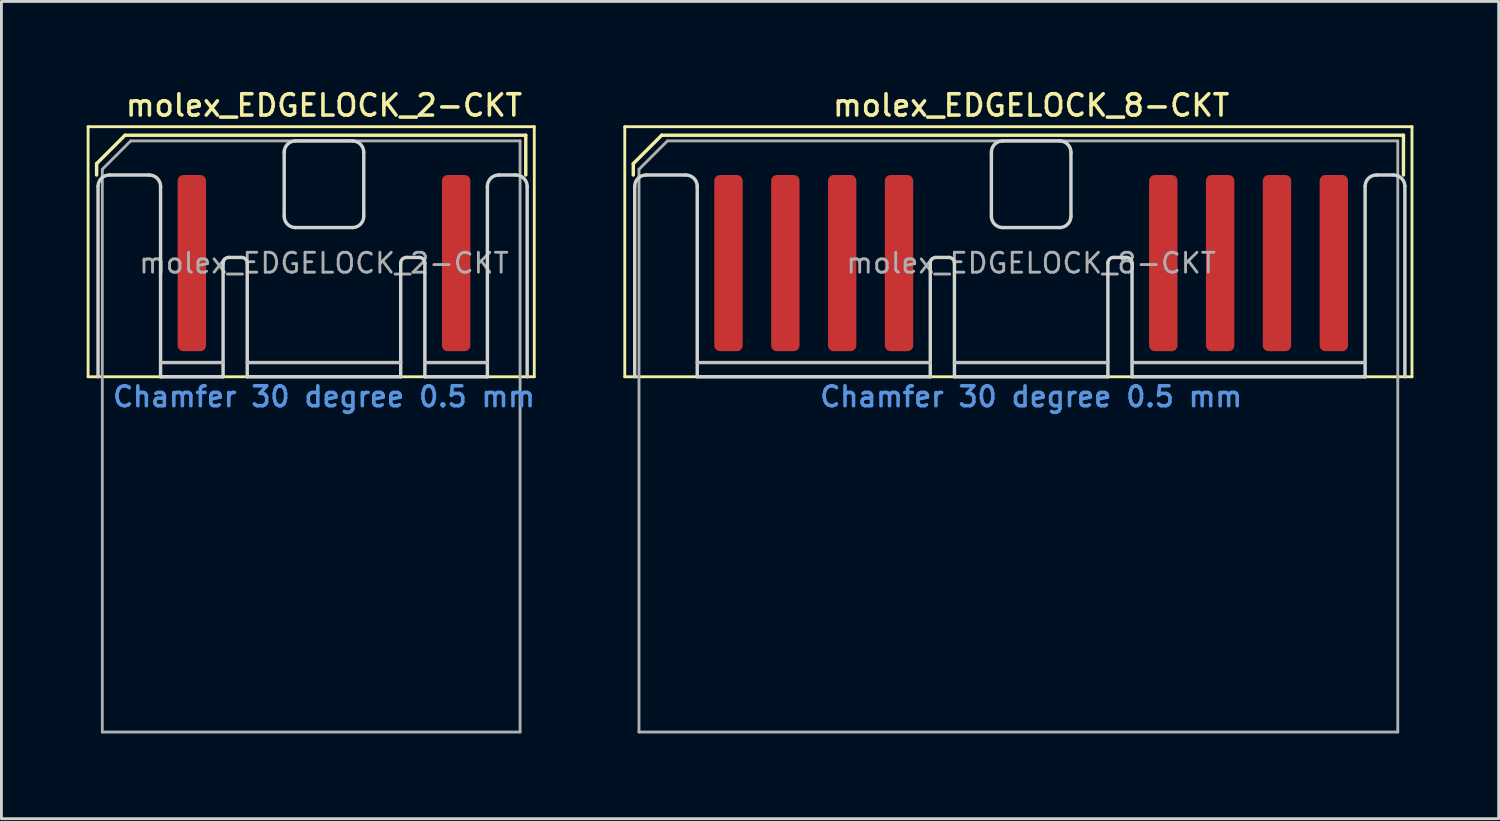
<source format=kicad_pcb>
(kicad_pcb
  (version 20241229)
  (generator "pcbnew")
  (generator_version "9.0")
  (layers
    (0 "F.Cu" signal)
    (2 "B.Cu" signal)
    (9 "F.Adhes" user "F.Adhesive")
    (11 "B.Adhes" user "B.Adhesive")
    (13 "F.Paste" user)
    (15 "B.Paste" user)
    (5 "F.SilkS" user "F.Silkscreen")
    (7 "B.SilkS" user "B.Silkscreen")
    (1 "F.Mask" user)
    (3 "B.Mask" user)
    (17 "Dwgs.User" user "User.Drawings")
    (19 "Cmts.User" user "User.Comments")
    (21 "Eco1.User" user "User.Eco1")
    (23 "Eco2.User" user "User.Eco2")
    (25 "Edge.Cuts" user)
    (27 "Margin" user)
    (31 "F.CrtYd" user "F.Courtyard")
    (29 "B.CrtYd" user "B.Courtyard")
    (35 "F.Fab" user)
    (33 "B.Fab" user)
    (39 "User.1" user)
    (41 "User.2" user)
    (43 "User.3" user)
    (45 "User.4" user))
  (footprint "molex_EDGELOCK_2-CKT"
    (layer "F.Cu")
    (at 8.35 6.208)
    (property "Reference" "molex_EDGELOCK_2-CKT" (at 0 -5.55 0) (layer "F.SilkS") (effects (font (size 0.75 0.75) (thickness 0.125))))
    (attr exclude_from_pos_files exclude_from_bom)
    (fp_line (start -8.3 -4.8) (end -8.3 4) (stroke (width 0.1) (type solid)) (layer "F.SilkS"))
    (fp_line (start -8.3 4) (end 7.4 4) (stroke (width 0.1) (type solid)) (layer "F.SilkS"))
    (fp_line (start -8 -3.5) (end -7 -4.5) (stroke (width 0.12) (type solid)) (layer "F.SilkS"))
    (fp_line (start -8 -3.1) (end -8 -3.5) (stroke (width 0.12) (type solid)) (layer "F.SilkS"))
    (fp_line (start -7 -4.5) (end 7.1 -4.5) (stroke (width 0.12) (type solid)) (layer "F.SilkS"))
    (fp_line (start 7.1 -4.5) (end 7.1 -3.1) (stroke (width 0.12) (type solid)) (layer "F.SilkS"))
    (fp_line (start 7.4 -4.8) (end -8.3 -4.8) (stroke (width 0.1) (type solid)) (layer "F.SilkS"))
    (fp_line (start 7.4 4) (end 7.4 -4.8) (stroke (width 0.1) (type solid)) (layer "F.SilkS"))
    (fp_line (start -5.75 3.5) (end -3.55 3.5) (stroke (width 0.12) (type solid)) (layer "Dwgs.User"))
    (fp_line (start -2.7 3.5) (end 2.7 3.5) (stroke (width 0.12) (type solid)) (layer "Dwgs.User"))
    (fp_line (start 3.55 3.5) (end 5.75 3.5) (stroke (width 0.12) (type solid)) (layer "Dwgs.User"))
    (fp_line (start -7.95 4) (end -7.95 -2.7) (stroke (width 0.12) (type solid)) (layer "Edge.Cuts"))
    (fp_line (start -7.55 -3.1) (end -6.15 -3.1) (stroke (width 0.12) (type solid)) (layer "Edge.Cuts"))
    (fp_line (start -5.75 -2.7) (end -5.75 4) (stroke (width 0.12) (type solid)) (layer "Edge.Cuts"))
    (fp_line (start -5.75 4) (end -3.55 4) (stroke (width 0.12) (type solid)) (layer "Edge.Cuts"))
    (fp_line (start -3.55 4) (end -3.55 0) (stroke (width 0.12) (type solid)) (layer "Edge.Cuts"))
    (fp_line (start -3.35 -0.2) (end -2.9 -0.2) (stroke (width 0.12) (type solid)) (layer "Edge.Cuts"))
    (fp_line (start -2.7 0) (end -2.7 4) (stroke (width 0.12) (type solid)) (layer "Edge.Cuts"))
    (fp_line (start -2.7 4) (end 2.7 4) (stroke (width 0.12) (type solid)) (layer "Edge.Cuts"))
    (fp_line (start -1.4 -3.9) (end -1.4 -1.65) (stroke (width 0.12) (type solid)) (layer "Edge.Cuts"))
    (fp_line (start -1 -1.25) (end 1 -1.25) (stroke (width 0.12) (type solid)) (layer "Edge.Cuts"))
    (fp_line (start 1 -4.3) (end -1 -4.3) (stroke (width 0.12) (type solid)) (layer "Edge.Cuts"))
    (fp_line (start 1.4 -1.65) (end 1.4 -3.9) (stroke (width 0.12) (type solid)) (layer "Edge.Cuts"))
    (fp_line (start 2.7 4) (end 2.7 0) (stroke (width 0.12) (type solid)) (layer "Edge.Cuts"))
    (fp_line (start 2.9 -0.2) (end 3.35 -0.2) (stroke (width 0.12) (type solid)) (layer "Edge.Cuts"))
    (fp_line (start 3.55 0) (end 3.55 4) (stroke (width 0.12) (type solid)) (layer "Edge.Cuts"))
    (fp_line (start 3.55 4) (end 5.75 4) (stroke (width 0.12) (type solid)) (layer "Edge.Cuts"))
    (fp_line (start 5.75 4) (end 5.75 -2.7) (stroke (width 0.12) (type solid)) (layer "Edge.Cuts"))
    (fp_line (start 6.15 -3.1) (end 6.75 -3.1) (stroke (width 0.12) (type solid)) (layer "Edge.Cuts"))
    (fp_line (start 7.15 -2.7) (end 7.15 4) (stroke (width 0.12) (type solid)) (layer "Edge.Cuts"))
    (fp_arc (start -7.95 -2.7) (mid -7.832843 -2.982843) (end -7.55 -3.1) (stroke (width 0.12) (type solid)) (layer "Edge.Cuts"))
    (fp_arc (start -6.15 -3.1) (mid -5.867157 -2.982843) (end -5.75 -2.7) (stroke (width 0.12) (type solid)) (layer "Edge.Cuts"))
    (fp_arc (start -3.55 0) (mid -3.491421 -0.141421) (end -3.35 -0.2) (stroke (width 0.12) (type solid)) (layer "Edge.Cuts"))
    (fp_arc (start -2.9 -0.2) (mid -2.758579 -0.141421) (end -2.7 0) (stroke (width 0.12) (type solid)) (layer "Edge.Cuts"))
    (fp_arc (start -1.4 -3.9) (mid -1.282843 -4.182843) (end -1 -4.3) (stroke (width 0.12) (type solid)) (layer "Edge.Cuts"))
    (fp_arc (start -1 -1.25) (mid -1.282843 -1.367157) (end -1.4 -1.65) (stroke (width 0.12) (type solid)) (layer "Edge.Cuts"))
    (fp_arc (start 1 -4.3) (mid 1.282843 -4.182843) (end 1.4 -3.9) (stroke (width 0.12) (type solid)) (layer "Edge.Cuts"))
    (fp_arc (start 1.4 -1.65) (mid 1.282843 -1.367157) (end 1 -1.25) (stroke (width 0.12) (type solid)) (layer "Edge.Cuts"))
    (fp_arc (start 2.7 0) (mid 2.758579 -0.141421) (end 2.9 -0.2) (stroke (width 0.12) (type solid)) (layer "Edge.Cuts"))
    (fp_arc (start 3.35 -0.2) (mid 3.491421 -0.141421) (end 3.55 0) (stroke (width 0.12) (type solid)) (layer "Edge.Cuts"))
    (fp_arc (start 5.75 -2.7) (mid 5.867157 -2.982843) (end 6.15 -3.1) (stroke (width 0.12) (type solid)) (layer "Edge.Cuts"))
    (fp_arc (start 6.75 -3.1) (mid 7.032843 -2.982843) (end 7.15 -2.7) (stroke (width 0.12) (type solid)) (layer "Edge.Cuts"))
    (fp_line (start -7.8 -3.3) (end -6.8 -4.3) (stroke (width 0.1) (type solid)) (layer "F.Fab"))
    (fp_line (start -7.8 16.5) (end -7.8 -3.3) (stroke (width 0.1) (type solid)) (layer "F.Fab"))
    (fp_line (start -6.8 -4.3) (end 6.9 -4.3) (stroke (width 0.1) (type solid)) (layer "F.Fab"))
    (fp_line (start 6.9 -4.3) (end 6.9 16.5) (stroke (width 0.1) (type solid)) (layer "F.Fab"))
    (fp_line (start 6.9 16.5) (end -7.8 16.5) (stroke (width 0.1) (type solid)) (layer "F.Fab"))
    (fp_text user "Chamfer 30 degree 0.5 mm" (at 0 4.7 0) (layer "Cmts.User") (effects (font (size 0.7 0.7) (thickness 0.125))))
    (fp_text user "${REFERENCE}" (at 0 0 0) (layer "F.Fab") (effects (font (size 0.7 0.7) (thickness 0.1))))
    (pad "1" connect roundrect (at -4.65 0) (size 1 6.2) (layers "F.Cu" "F.Mask") (roundrect_rratio 0.2))
    (pad "2" connect roundrect (at 4.65 0) (size 1 6.2) (layers "F.Cu" "F.Mask") (roundrect_rratio 0.2)))
  (footprint "molex_EDGELOCK_8-CKT"
    (layer "F.Cu")
    (at 33.234 6.208)
    (property "Reference" "molex_EDGELOCK_8-CKT" (at 0 -5.55 0) (layer "F.SilkS") (effects (font (size 0.75 0.75) (thickness 0.125))))
    (attr exclude_from_pos_files exclude_from_bom)
    (fp_line (start -14.3 -4.8) (end -14.3 4) (stroke (width 0.1) (type solid)) (layer "F.SilkS"))
    (fp_line (start -14.3 4) (end 13.4 4) (stroke (width 0.1) (type solid)) (layer "F.SilkS"))
    (fp_line (start -14 -3.5) (end -13 -4.5) (stroke (width 0.12) (type solid)) (layer "F.SilkS"))
    (fp_line (start -14 -3.1) (end -14 -3.5) (stroke (width 0.12) (type solid)) (layer "F.SilkS"))
    (fp_line (start -13 -4.5) (end 13.1 -4.5) (stroke (width 0.12) (type solid)) (layer "F.SilkS"))
    (fp_line (start 13.1 -4.5) (end 13.1 -3.1) (stroke (width 0.12) (type solid)) (layer "F.SilkS"))
    (fp_line (start 13.4 -4.8) (end -14.3 -4.8) (stroke (width 0.1) (type solid)) (layer "F.SilkS"))
    (fp_line (start 13.4 4) (end 13.4 -4.8) (stroke (width 0.1) (type solid)) (layer "F.SilkS"))
    (fp_line (start -11.75 3.5) (end -3.55 3.5) (stroke (width 0.12) (type solid)) (layer "Dwgs.User"))
    (fp_line (start -2.7 3.5) (end 2.7 3.5) (stroke (width 0.12) (type solid)) (layer "Dwgs.User"))
    (fp_line (start 3.55 3.5) (end 11.75 3.5) (stroke (width 0.12) (type solid)) (layer "Dwgs.User"))
    (fp_line (start -13.95 4) (end -13.95 -2.7) (stroke (width 0.12) (type solid)) (layer "Edge.Cuts"))
    (fp_line (start -13.55 -3.1) (end -12.15 -3.1) (stroke (width 0.12) (type solid)) (layer "Edge.Cuts"))
    (fp_line (start -11.75 -2.7) (end -11.75 4) (stroke (width 0.12) (type solid)) (layer "Edge.Cuts"))
    (fp_line (start -11.75 4) (end -3.55 4) (stroke (width 0.12) (type solid)) (layer "Edge.Cuts"))
    (fp_line (start -3.55 4) (end -3.55 0) (stroke (width 0.12) (type solid)) (layer "Edge.Cuts"))
    (fp_line (start -3.35 -0.2) (end -2.9 -0.2) (stroke (width 0.12) (type solid)) (layer "Edge.Cuts"))
    (fp_line (start -2.7 0) (end -2.7 4) (stroke (width 0.12) (type solid)) (layer "Edge.Cuts"))
    (fp_line (start -2.7 4) (end 2.7 4) (stroke (width 0.12) (type solid)) (layer "Edge.Cuts"))
    (fp_line (start -1.4 -3.9) (end -1.4 -1.65) (stroke (width 0.12) (type solid)) (layer "Edge.Cuts"))
    (fp_line (start -1 -1.25) (end 1 -1.25) (stroke (width 0.12) (type solid)) (layer "Edge.Cuts"))
    (fp_line (start 1 -4.3) (end -1 -4.3) (stroke (width 0.12) (type solid)) (layer "Edge.Cuts"))
    (fp_line (start 1.4 -1.65) (end 1.4 -3.9) (stroke (width 0.12) (type solid)) (layer "Edge.Cuts"))
    (fp_line (start 2.7 4) (end 2.7 0) (stroke (width 0.12) (type solid)) (layer "Edge.Cuts"))
    (fp_line (start 2.9 -0.2) (end 3.35 -0.2) (stroke (width 0.12) (type solid)) (layer "Edge.Cuts"))
    (fp_line (start 3.55 0) (end 3.55 4) (stroke (width 0.12) (type solid)) (layer "Edge.Cuts"))
    (fp_line (start 3.55 4) (end 11.75 4) (stroke (width 0.12) (type solid)) (layer "Edge.Cuts"))
    (fp_line (start 11.75 4) (end 11.75 -2.7) (stroke (width 0.12) (type solid)) (layer "Edge.Cuts"))
    (fp_line (start 12.15 -3.1) (end 12.75 -3.1) (stroke (width 0.12) (type solid)) (layer "Edge.Cuts"))
    (fp_line (start 13.15 -2.7) (end 13.15 4) (stroke (width 0.12) (type solid)) (layer "Edge.Cuts"))
    (fp_arc (start -13.95 -2.7) (mid -13.832843 -2.982843) (end -13.55 -3.1) (stroke (width 0.12) (type solid)) (layer "Edge.Cuts"))
    (fp_arc (start -12.15 -3.1) (mid -11.867157 -2.982843) (end -11.75 -2.7) (stroke (width 0.12) (type solid)) (layer "Edge.Cuts"))
    (fp_arc (start -3.55 0) (mid -3.491421 -0.141421) (end -3.35 -0.2) (stroke (width 0.12) (type solid)) (layer "Edge.Cuts"))
    (fp_arc (start -2.9 -0.2) (mid -2.758579 -0.141421) (end -2.7 0) (stroke (width 0.12) (type solid)) (layer "Edge.Cuts"))
    (fp_arc (start -1.4 -3.9) (mid -1.282843 -4.182843) (end -1 -4.3) (stroke (width 0.12) (type solid)) (layer "Edge.Cuts"))
    (fp_arc (start -1 -1.25) (mid -1.282843 -1.367157) (end -1.4 -1.65) (stroke (width 0.12) (type solid)) (layer "Edge.Cuts"))
    (fp_arc (start 1 -4.3) (mid 1.282843 -4.182843) (end 1.4 -3.9) (stroke (width 0.12) (type solid)) (layer "Edge.Cuts"))
    (fp_arc (start 1.4 -1.65) (mid 1.282843 -1.367157) (end 1 -1.25) (stroke (width 0.12) (type solid)) (layer "Edge.Cuts"))
    (fp_arc (start 2.7 0) (mid 2.758579 -0.141421) (end 2.9 -0.2) (stroke (width 0.12) (type solid)) (layer "Edge.Cuts"))
    (fp_arc (start 3.35 -0.2) (mid 3.491421 -0.141421) (end 3.55 0) (stroke (width 0.12) (type solid)) (layer "Edge.Cuts"))
    (fp_arc (start 11.75 -2.7) (mid 11.867157 -2.982843) (end 12.15 -3.1) (stroke (width 0.12) (type solid)) (layer "Edge.Cuts"))
    (fp_arc (start 12.75 -3.1) (mid 13.032843 -2.982843) (end 13.15 -2.7) (stroke (width 0.12) (type solid)) (layer "Edge.Cuts"))
    (fp_line (start -13.8 -3.3) (end -12.8 -4.3) (stroke (width 0.1) (type solid)) (layer "F.Fab"))
    (fp_line (start -13.8 16.5) (end -13.8 -3.3) (stroke (width 0.1) (type solid)) (layer "F.Fab"))
    (fp_line (start -12.8 -4.3) (end 12.9 -4.3) (stroke (width 0.1) (type solid)) (layer "F.Fab"))
    (fp_line (start 12.9 -4.3) (end 12.9 16.5) (stroke (width 0.1) (type solid)) (layer "F.Fab"))
    (fp_line (start 12.9 16.5) (end -13.8 16.5) (stroke (width 0.1) (type solid)) (layer "F.Fab"))
    (fp_text user "Chamfer 30 degree 0.5 mm" (at 0 4.7 0) (layer "Cmts.User") (effects (font (size 0.7 0.7) (thickness 0.125))))
    (fp_text user "${REFERENCE}" (at 0 0 0) (layer "F.Fab") (effects (font (size 0.7 0.7) (thickness 0.1))))
    (pad "1" connect roundrect (at -10.65 0) (size 1 6.2) (layers "F.Cu" "F.Mask") (roundrect_rratio 0.2))
    (pad "2" connect roundrect (at -8.65 0) (size 1 6.2) (layers "F.Cu" "F.Mask") (roundrect_rratio 0.2))
    (pad "3" connect roundrect (at -6.65 0) (size 1 6.2) (layers "F.Cu" "F.Mask") (roundrect_rratio 0.2))
    (pad "4" connect roundrect (at -4.65 0) (size 1 6.2) (layers "F.Cu" "F.Mask") (roundrect_rratio 0.2))
    (pad "5" connect roundrect (at 4.65 0) (size 1 6.2) (layers "F.Cu" "F.Mask") (roundrect_rratio 0.2))
    (pad "6" connect roundrect (at 6.65 0) (size 1 6.2) (layers "F.Cu" "F.Mask") (roundrect_rratio 0.2))
    (pad "7" connect roundrect (at 8.65 0) (size 1 6.2) (layers "F.Cu" "F.Mask") (roundrect_rratio 0.2))
    (pad "8" connect roundrect (at 10.65 0) (size 1 6.2) (layers "F.Cu" "F.Mask") (roundrect_rratio 0.2)))
  (gr_rect
    (start -3 -3)
    (end 49.684 25.758)
    (stroke (width 0.1) (type default))
    (fill no)
    (layer "Edge.Cuts")))
</source>
